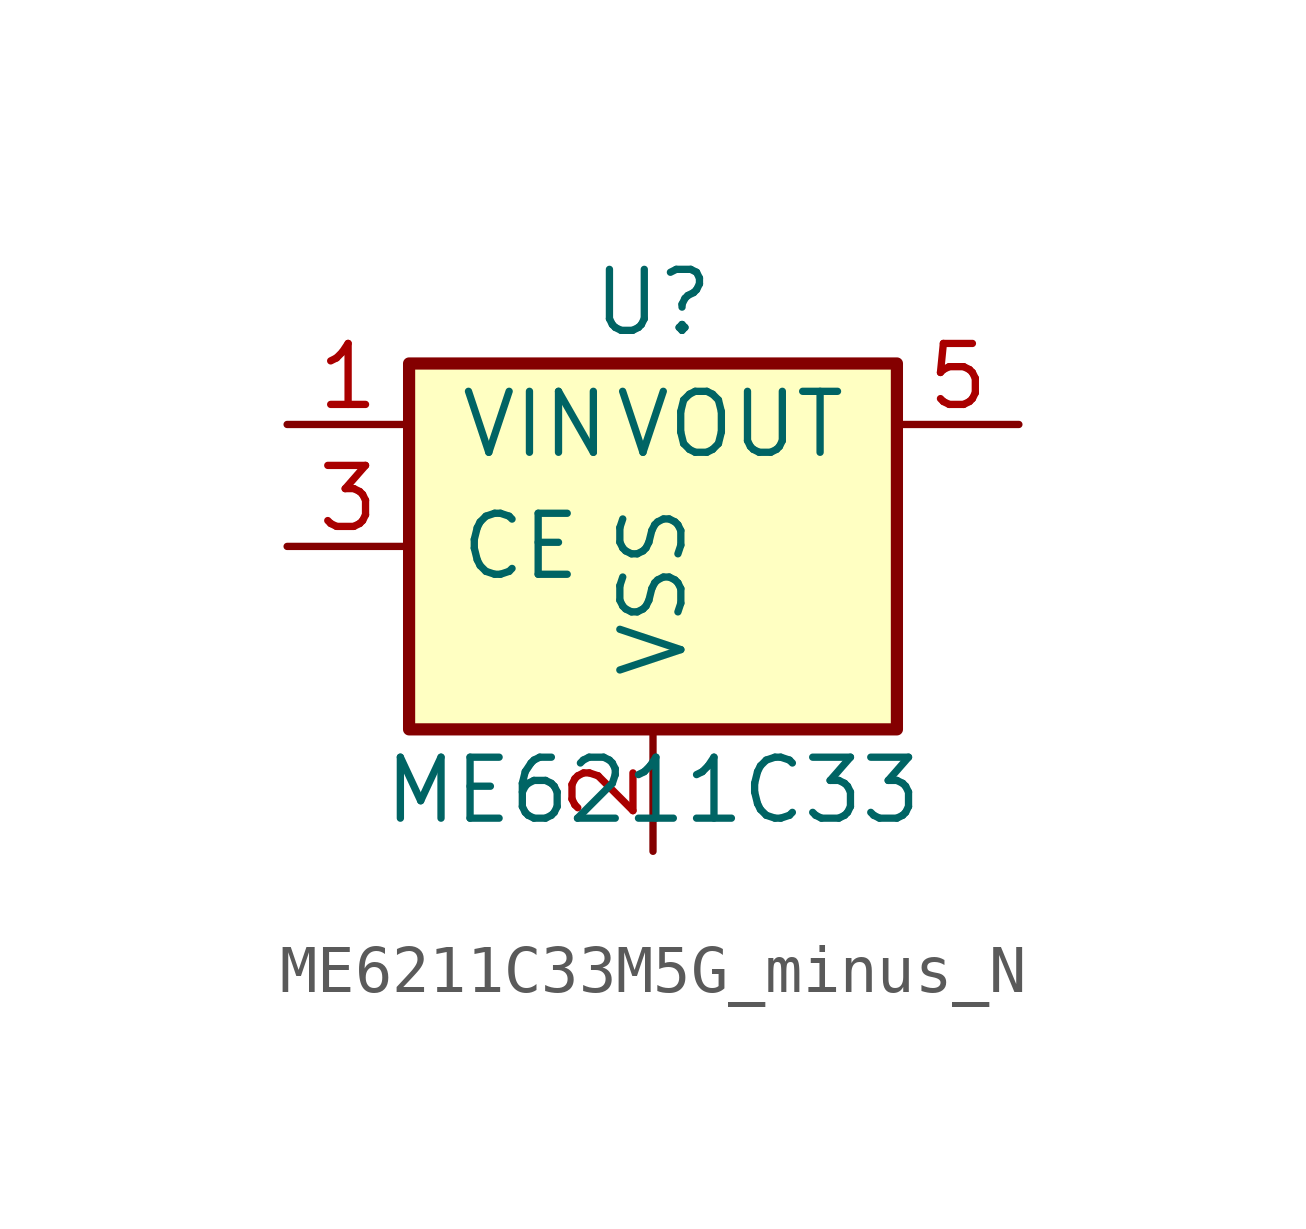
<source format=kicad_sym>
(kicad_symbol_lib
  (version 20240108)
  (generator "custom")
  (symbol "ME6211C33M5G_minus_N"
    (pin_names
      (offset 1.016))
    (property "Reference" "U"
      (at 0 5.08 0)
      (effects (font (size 1.27 1.27))))
    (property "Value" "ME6211C33"
      (at 0 -5.08 0)
      (effects (font (size 1.27 1.27))))
    (symbol "ME6211C33M5G_minus_N_0_1"
      (rectangle (start -5.08 3.81) (end 5.08 -3.81) (stroke (width 0.254) (type default)) (fill (type background))))
    (symbol "ME6211C33M5G_minus_N_1_1"
      (pin power_in line (at -7.62 2.54 0) (length 2.54) (name "VIN" (effects (font (size 1.27 1.27)))) (number "1" (effects (font (size 1.27 1.27)))))
      (pin power_in line (at 0 -6.35 90) (length 2.54) (name "VSS" (effects (font (size 1.27 1.27)))) (number "2" (effects (font (size 1.27 1.27)))))
      (pin input line (at -7.62 0 0) (length 2.54) (name "CE" (effects (font (size 1.27 1.27)))) (number "3" (effects (font (size 1.27 1.27)))))
      (pin power_out line (at 7.62 2.54 180) (length 2.54) (name "VOUT" (effects (font (size 1.27 1.27)))) (number "5" (effects (font (size 1.27 1.27))))))))
</source>
